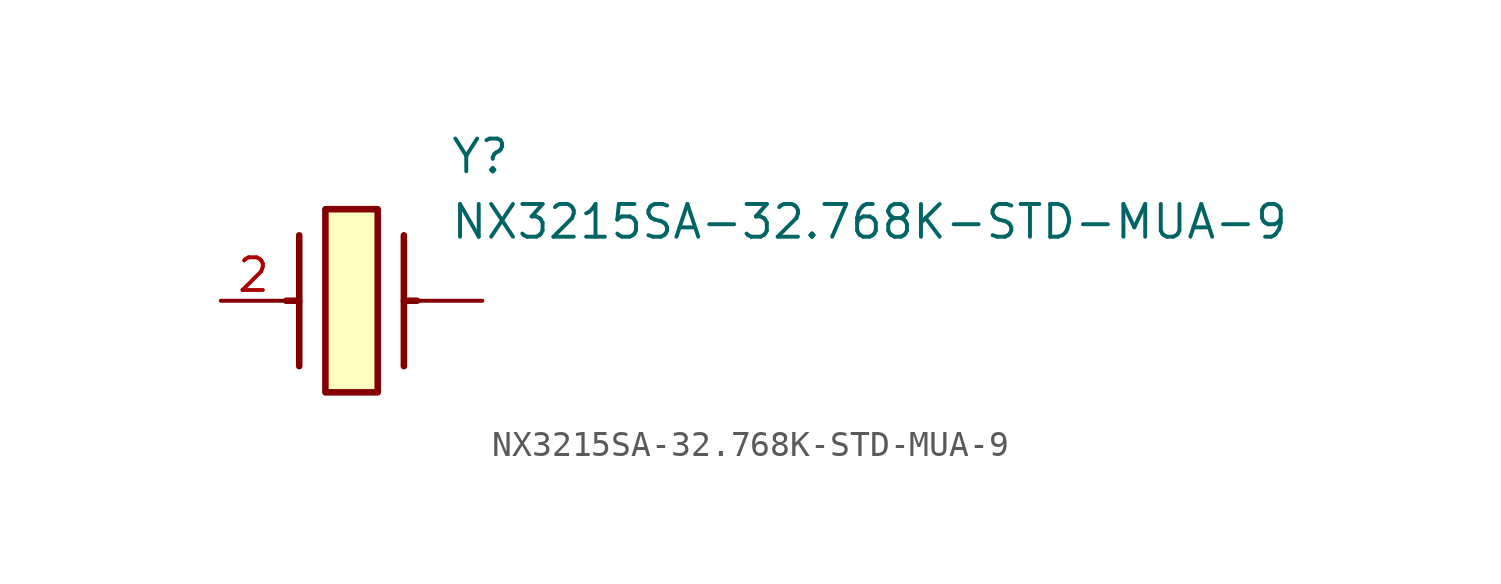
<source format=kicad_sym>
(kicad_symbol_lib
  (version 20211014)
  (generator SamacSys_ECAD_Model)
  (symbol "NX3215SA-32.768K-STD-MUA-9"
    (pin_names hide)
    (property "Reference" "Y"
      (at 8.89 6.35 0)
      (effects (font (size 1.27 1.27)) (justify left top)))
    (property "Value" "NX3215SA-32.768K-STD-MUA-9"
      (at 8.89 3.81 0)
      (effects (font (size 1.27 1.27)) (justify left top)))
    (rectangle
      (start 4.064 3.556)
      (end 6.096 -3.556)
      (stroke (width 0.254) (type default))
      (fill (type background)))
    (polyline
      (pts (xy 3.048 2.54) (xy 3.048 -2.54))
      (stroke (width 0.254) (type default))
      (fill (type none)))
    (polyline
      (pts (xy 7.112 2.54) (xy 7.112 -2.54))
      (stroke (width 0.254) (type default))
      (fill (type none)))
    (polyline
      (pts (xy 7.112 0) (xy 7.62 0))
      (stroke (width 0.254) (type default))
      (fill (type none)))
    (polyline
      (pts (xy 3.048 0) (xy 2.54 0))
      (stroke (width 0.254) (type default))
      (fill (type none)))
    (pin passive line
      (at 0 0 0)
      (length 2.54)
      (name "CRYSTAL_2" (effects (font (size 1.27 1.27))))
      (number "2" (effects (font (size 1.27 1.27)))))
    (pin passive line
      (at 10.16 0 180)
      (length 2.54)
      (name "" (effects (font (size 1.27 1.27))))
      (number "" (effects (font (size 1.27 1.27)))))))
</source>
